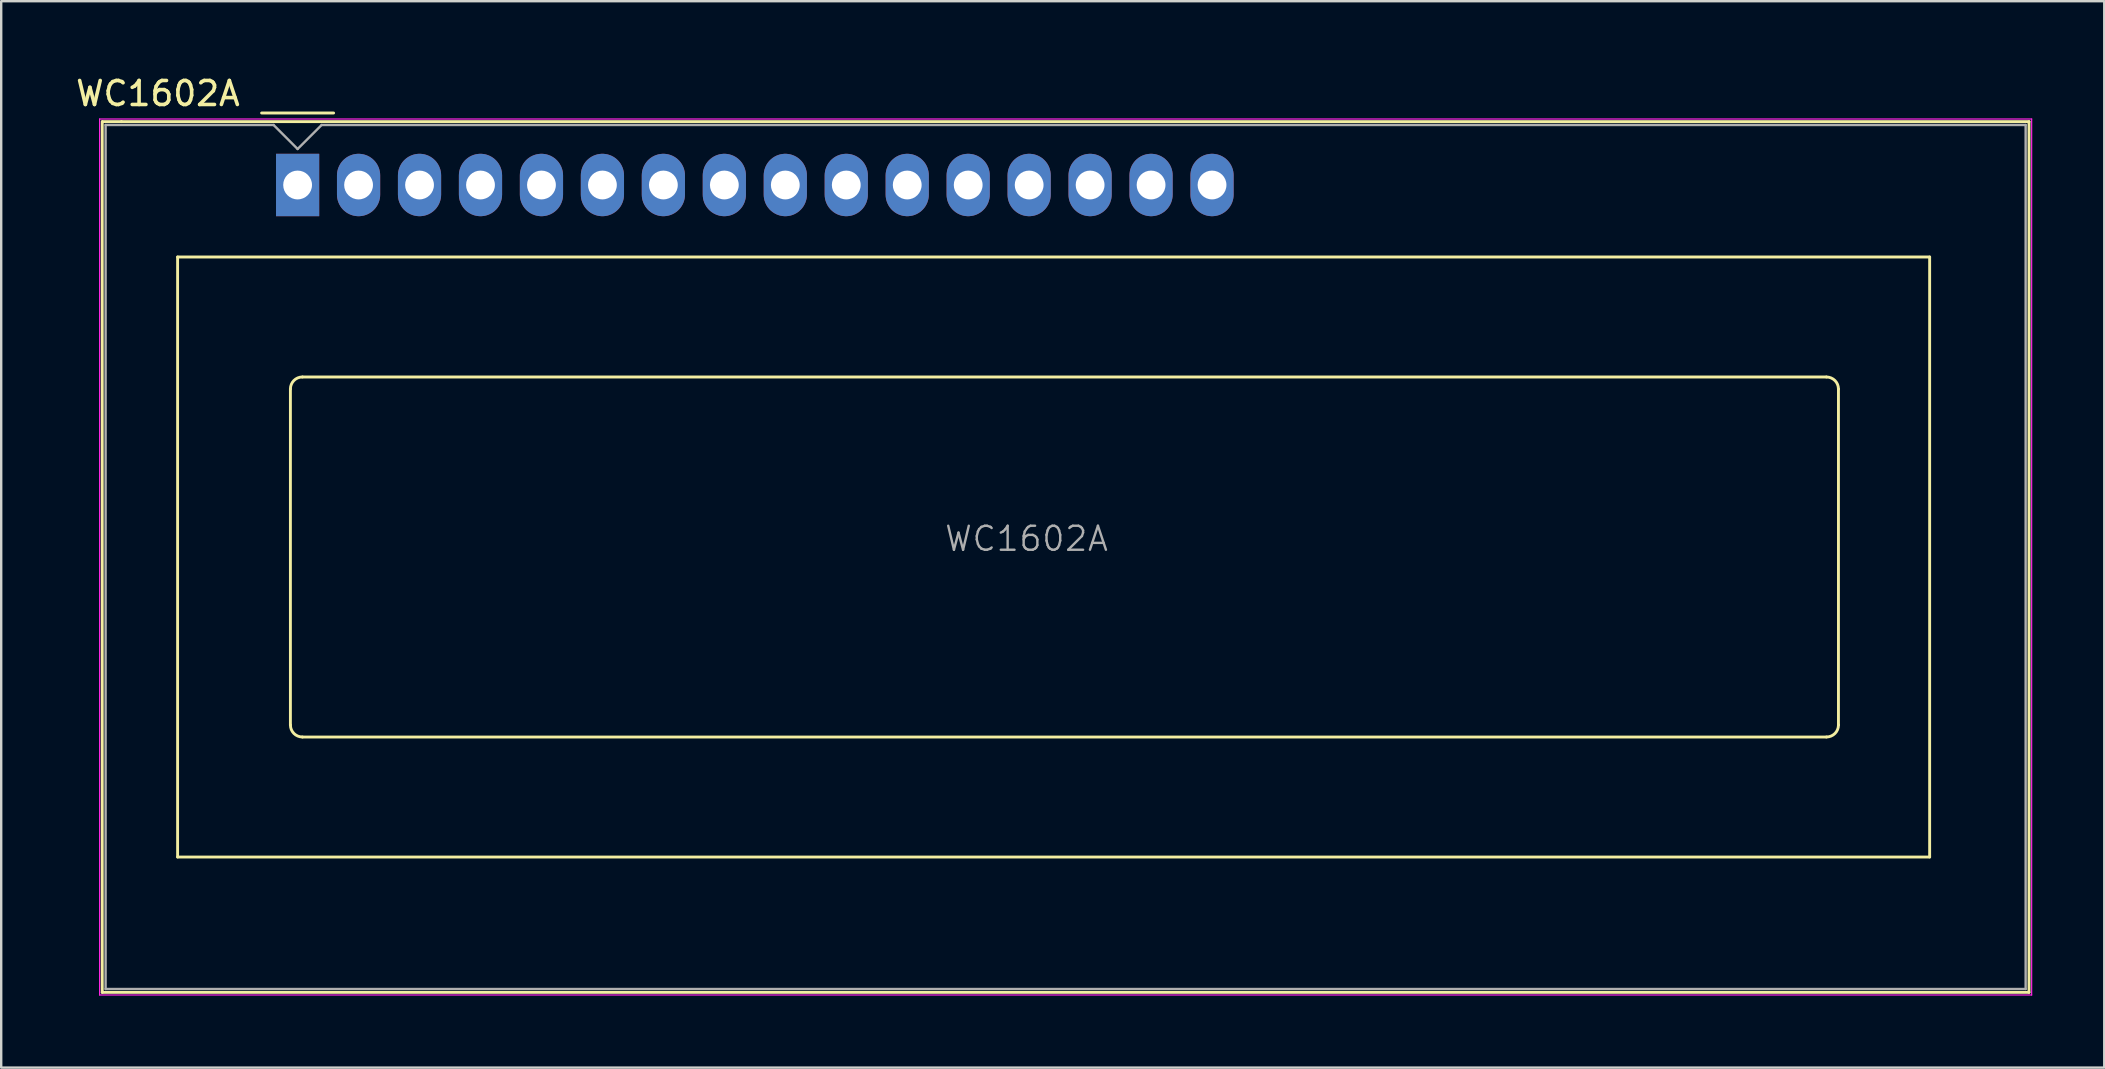
<source format=kicad_pcb>
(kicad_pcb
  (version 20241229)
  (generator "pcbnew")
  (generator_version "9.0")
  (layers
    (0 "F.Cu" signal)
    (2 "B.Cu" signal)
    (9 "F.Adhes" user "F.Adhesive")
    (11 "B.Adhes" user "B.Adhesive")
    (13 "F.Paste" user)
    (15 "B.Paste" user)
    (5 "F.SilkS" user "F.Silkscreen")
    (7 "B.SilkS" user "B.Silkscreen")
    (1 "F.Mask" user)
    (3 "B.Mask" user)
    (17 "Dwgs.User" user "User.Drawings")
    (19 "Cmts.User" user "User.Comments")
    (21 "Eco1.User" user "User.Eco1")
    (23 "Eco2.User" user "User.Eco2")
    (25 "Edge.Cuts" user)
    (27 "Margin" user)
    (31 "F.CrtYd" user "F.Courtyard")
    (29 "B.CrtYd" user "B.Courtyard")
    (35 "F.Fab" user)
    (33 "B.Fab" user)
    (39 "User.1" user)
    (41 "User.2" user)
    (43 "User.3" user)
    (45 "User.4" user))
  (footprint "WC1602A"
    (layer "F.Cu")
    (at 9.35 4.658)
    (property "Reference" "WC1602A" (at -5.82 -3.81 0) (layer "F.SilkS") (effects (font (size 1 1) (thickness 0.15))))
    (attr through_hole)
    (fp_line (start -8.14 -2.64) (end -8.14 33.64) (stroke (width 0.12) (type solid)) (layer "F.SilkS"))
    (fp_line (start -8.14 33.64) (end 72.14 33.64) (stroke (width 0.12) (type solid)) (layer "F.SilkS"))
    (fp_line (start -8.13 -2.64) (end -7.34 -2.64) (stroke (width 0.12) (type solid)) (layer "F.SilkS"))
    (fp_line (start -5 3) (end 68 3) (stroke (width 0.12) (type solid)) (layer "F.SilkS"))
    (fp_line (start -5 28) (end -5 3) (stroke (width 0.12) (type solid)) (layer "F.SilkS"))
    (fp_line (start -1.5 -3) (end 1.5 -3) (stroke (width 0.12) (type solid)) (layer "F.SilkS"))
    (fp_line (start -0.3 22.499) (end -0.3 8.5) (stroke (width 0.12) (type solid)) (layer "F.SilkS"))
    (fp_line (start 0.2 8) (end 63.7 8) (stroke (width 0.12) (type solid)) (layer "F.SilkS"))
    (fp_line (start 63.701 23) (end 0.2 23) (stroke (width 0.12) (type solid)) (layer "F.SilkS"))
    (fp_line (start 64.2 8.5) (end 64.2 22.5) (stroke (width 0.12) (type solid)) (layer "F.SilkS"))
    (fp_line (start 68 3) (end 68 28) (stroke (width 0.12) (type solid)) (layer "F.SilkS"))
    (fp_line (start 68 28) (end -5 28) (stroke (width 0.12) (type solid)) (layer "F.SilkS"))
    (fp_line (start 72.14 -2.64) (end -7.34 -2.64) (stroke (width 0.12) (type solid)) (layer "F.SilkS"))
    (fp_line (start 72.14 33.64) (end 72.14 -2.64) (stroke (width 0.12) (type solid)) (layer "F.SilkS"))
    (fp_arc (start -0.29972 8.49884) (mid -0.153162 8.145018) (end 0.20066 7.99846) (stroke (width 0.12) (type solid)) (layer "F.SilkS"))
    (fp_arc (start 0.20066 22.9997) (mid -0.153162 22.853142) (end -0.29972 22.49932) (stroke (width 0.12) (type solid)) (layer "F.SilkS"))
    (fp_arc (start 63.7 8) (mid 64.053553 8.146447) (end 64.2 8.5) (stroke (width 0.12) (type solid)) (layer "F.SilkS"))
    (fp_arc (start 64.20104 22.49932) (mid 64.054482 22.853142) (end 63.70066 22.9997) (stroke (width 0.12) (type solid)) (layer "F.SilkS"))
    (fp_line (start -8.25 -2.75) (end -8.25 33.75) (stroke (width 0.05) (type solid)) (layer "F.CrtYd"))
    (fp_line (start -8.25 -2.75) (end 72.25 -2.75) (stroke (width 0.05) (type solid)) (layer "F.CrtYd"))
    (fp_line (start -8.25 33.75) (end 72.25 33.75) (stroke (width 0.05) (type solid)) (layer "F.CrtYd"))
    (fp_line (start 72.25 -2.75) (end 72.25 33.75) (stroke (width 0.05) (type solid)) (layer "F.CrtYd"))
    (fp_line (start -8 33.5) (end -8 -2.5) (stroke (width 0.1) (type solid)) (layer "F.Fab"))
    (fp_line (start -1 -2.5) (end -8 -2.5) (stroke (width 0.1) (type solid)) (layer "F.Fab"))
    (fp_line (start 0 -1.5) (end -1 -2.5) (stroke (width 0.1) (type solid)) (layer "F.Fab"))
    (fp_line (start 1 -2.5) (end 0 -1.5) (stroke (width 0.1) (type solid)) (layer "F.Fab"))
    (fp_line (start 1 -2.5) (end 72 -2.5) (stroke (width 0.1) (type solid)) (layer "F.Fab"))
    (fp_line (start 72 -2.5) (end 72 33.5) (stroke (width 0.1) (type solid)) (layer "F.Fab"))
    (fp_line (start 72 33.5) (end -8 33.5) (stroke (width 0.1) (type solid)) (layer "F.Fab"))
    (fp_text user "${REFERENCE}" (at 30.37 14.74 0) (layer "F.Fab") (effects (font (size 1 1) (thickness 0.1))))
    (pad "1" thru_hole rect (at 0 0) (size 1.8 2.6) (drill 1.2) (layers "*.Cu" "*.Mask"))
    (pad "2" thru_hole oval (at 2.54 0) (size 1.8 2.6) (drill 1.2) (layers "*.Cu" "*.Mask"))
    (pad "3" thru_hole oval (at 5.08 0) (size 1.8 2.6) (drill 1.2) (layers "*.Cu" "*.Mask"))
    (pad "4" thru_hole oval (at 7.62 0) (size 1.8 2.6) (drill 1.2) (layers "*.Cu" "*.Mask"))
    (pad "5" thru_hole oval (at 10.16 0) (size 1.8 2.6) (drill 1.2) (layers "*.Cu" "*.Mask"))
    (pad "6" thru_hole oval (at 12.7 0) (size 1.8 2.6) (drill 1.2) (layers "*.Cu" "*.Mask"))
    (pad "7" thru_hole oval (at 15.24 0) (size 1.8 2.6) (drill 1.2) (layers "*.Cu" "*.Mask"))
    (pad "8" thru_hole oval (at 17.78 0) (size 1.8 2.6) (drill 1.2) (layers "*.Cu" "*.Mask"))
    (pad "9" thru_hole oval (at 20.32 0) (size 1.8 2.6) (drill 1.2) (layers "*.Cu" "*.Mask"))
    (pad "10" thru_hole oval (at 22.86 0) (size 1.8 2.6) (drill 1.2) (layers "*.Cu" "*.Mask"))
    (pad "11" thru_hole oval (at 25.4 0) (size 1.8 2.6) (drill 1.2) (layers "*.Cu" "*.Mask"))
    (pad "12" thru_hole oval (at 27.94 0) (size 1.8 2.6) (drill 1.2) (layers "*.Cu" "*.Mask"))
    (pad "13" thru_hole oval (at 30.48 0) (size 1.8 2.6) (drill 1.2) (layers "*.Cu" "*.Mask"))
    (pad "14" thru_hole oval (at 33.02 0) (size 1.8 2.6) (drill 1.2) (layers "*.Cu" "*.Mask"))
    (pad "15" thru_hole oval (at 35.56 0) (size 1.8 2.6) (drill 1.2) (layers "*.Cu" "*.Mask"))
    (pad "16" thru_hole oval (at 38.1 0) (size 1.8 2.6) (drill 1.2) (layers "*.Cu" "*.Mask")))
  (gr_rect
    (start -3 -3)
    (end 84.625 41.433)
    (stroke (width 0.1) (type default))
    (fill no)
    (layer "Edge.Cuts")))
</source>
